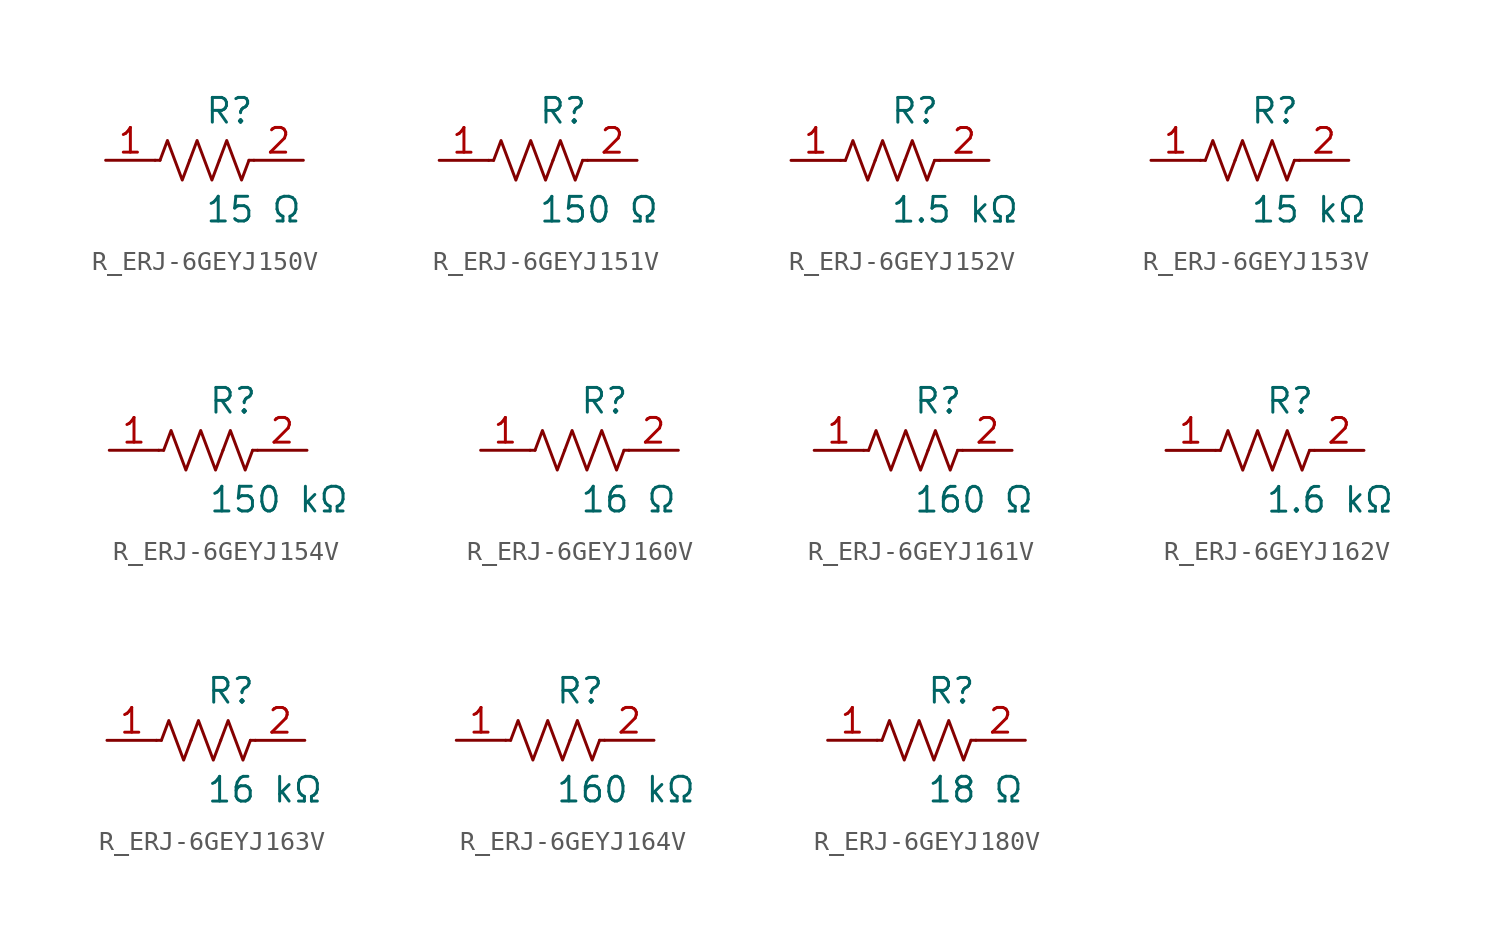
<source format=kicad_sym>
(kicad_symbol_lib
  (version 20231120)
  (generator kicad_symbol_editor)
  (generator_version 8.0)
  (symbol "R_ERJ-6GEYJ150V"
    (pin_names
      (offset 0.254))
    (property "Reference" "R"
      (at 0.0 2.54 0)
      (effects (font (size 1.27 1.27)) (justify left)))
    (property "Value" "15 Ω"
      (at 0.0 -2.54 0)
      (effects (font (size 1.27 1.27)) (justify left)))
    (symbol "R_ERJ-6GEYJ150V_0_1"
      (polyline (pts (xy 2.286 0) (xy 2.54 0)) (stroke (width 0) (type default)) (fill (type none)))
      (polyline (pts (xy -2.286 0) (xy -2.54 0)) (stroke (width 0) (type default)) (fill (type none)))
      (polyline (pts (xy 0.762 0) (xy 1.143 1.016) (xy 1.524 0) (xy 1.905 -1.016) (xy 2.286 0)) (stroke (width 0) (type default)) (fill (type none)))
      (polyline (pts (xy -0.762 0) (xy -0.381 1.016) (xy 0 0) (xy 0.381 -1.016) (xy 0.762 0)) (stroke (width 0) (type default)) (fill (type none)))
      (polyline (pts (xy -2.286 0) (xy -1.905 1.016) (xy -1.524 0) (xy -1.143 -1.016) (xy -0.762 0)) (stroke (width 0) (type default)) (fill (type none))))
    (pin unspecified line
      (at -5.08 0 0)
      (length 2.54)
      (name "" (effects (font (size 1.27 1.27))))
      (number "1" (effects (font (size 1.27 1.27)))))
    (pin unspecified line
      (at 5.08 0 180)
      (length 2.54)
      (name "" (effects (font (size 1.27 1.27))))
      (number "2" (effects (font (size 1.27 1.27))))))
  (symbol "R_ERJ-6GEYJ151V"
    (pin_names
      (offset 0.254))
    (property "Reference" "R"
      (at 0.0 2.54 0)
      (effects (font (size 1.27 1.27)) (justify left)))
    (property "Value" "150 Ω"
      (at 0.0 -2.54 0)
      (effects (font (size 1.27 1.27)) (justify left)))
    (symbol "R_ERJ-6GEYJ151V_0_1"
      (polyline (pts (xy 2.286 0) (xy 2.54 0)) (stroke (width 0) (type default)) (fill (type none)))
      (polyline (pts (xy -2.286 0) (xy -2.54 0)) (stroke (width 0) (type default)) (fill (type none)))
      (polyline (pts (xy 0.762 0) (xy 1.143 1.016) (xy 1.524 0) (xy 1.905 -1.016) (xy 2.286 0)) (stroke (width 0) (type default)) (fill (type none)))
      (polyline (pts (xy -0.762 0) (xy -0.381 1.016) (xy 0 0) (xy 0.381 -1.016) (xy 0.762 0)) (stroke (width 0) (type default)) (fill (type none)))
      (polyline (pts (xy -2.286 0) (xy -1.905 1.016) (xy -1.524 0) (xy -1.143 -1.016) (xy -0.762 0)) (stroke (width 0) (type default)) (fill (type none))))
    (pin unspecified line
      (at -5.08 0 0)
      (length 2.54)
      (name "" (effects (font (size 1.27 1.27))))
      (number "1" (effects (font (size 1.27 1.27)))))
    (pin unspecified line
      (at 5.08 0 180)
      (length 2.54)
      (name "" (effects (font (size 1.27 1.27))))
      (number "2" (effects (font (size 1.27 1.27))))))
  (symbol "R_ERJ-6GEYJ152V"
    (pin_names
      (offset 0.254))
    (property "Reference" "R"
      (at 0.0 2.54 0)
      (effects (font (size 1.27 1.27)) (justify left)))
    (property "Value" "1.5 kΩ"
      (at 0.0 -2.54 0)
      (effects (font (size 1.27 1.27)) (justify left)))
    (symbol "R_ERJ-6GEYJ152V_0_1"
      (polyline (pts (xy 2.286 0) (xy 2.54 0)) (stroke (width 0) (type default)) (fill (type none)))
      (polyline (pts (xy -2.286 0) (xy -2.54 0)) (stroke (width 0) (type default)) (fill (type none)))
      (polyline (pts (xy 0.762 0) (xy 1.143 1.016) (xy 1.524 0) (xy 1.905 -1.016) (xy 2.286 0)) (stroke (width 0) (type default)) (fill (type none)))
      (polyline (pts (xy -0.762 0) (xy -0.381 1.016) (xy 0 0) (xy 0.381 -1.016) (xy 0.762 0)) (stroke (width 0) (type default)) (fill (type none)))
      (polyline (pts (xy -2.286 0) (xy -1.905 1.016) (xy -1.524 0) (xy -1.143 -1.016) (xy -0.762 0)) (stroke (width 0) (type default)) (fill (type none))))
    (pin unspecified line
      (at -5.08 0 0)
      (length 2.54)
      (name "" (effects (font (size 1.27 1.27))))
      (number "1" (effects (font (size 1.27 1.27)))))
    (pin unspecified line
      (at 5.08 0 180)
      (length 2.54)
      (name "" (effects (font (size 1.27 1.27))))
      (number "2" (effects (font (size 1.27 1.27))))))
  (symbol "R_ERJ-6GEYJ153V"
    (pin_names
      (offset 0.254))
    (property "Reference" "R"
      (at 0.0 2.54 0)
      (effects (font (size 1.27 1.27)) (justify left)))
    (property "Value" "15 kΩ"
      (at 0.0 -2.54 0)
      (effects (font (size 1.27 1.27)) (justify left)))
    (symbol "R_ERJ-6GEYJ153V_0_1"
      (polyline (pts (xy 2.286 0) (xy 2.54 0)) (stroke (width 0) (type default)) (fill (type none)))
      (polyline (pts (xy -2.286 0) (xy -2.54 0)) (stroke (width 0) (type default)) (fill (type none)))
      (polyline (pts (xy 0.762 0) (xy 1.143 1.016) (xy 1.524 0) (xy 1.905 -1.016) (xy 2.286 0)) (stroke (width 0) (type default)) (fill (type none)))
      (polyline (pts (xy -0.762 0) (xy -0.381 1.016) (xy 0 0) (xy 0.381 -1.016) (xy 0.762 0)) (stroke (width 0) (type default)) (fill (type none)))
      (polyline (pts (xy -2.286 0) (xy -1.905 1.016) (xy -1.524 0) (xy -1.143 -1.016) (xy -0.762 0)) (stroke (width 0) (type default)) (fill (type none))))
    (pin unspecified line
      (at -5.08 0 0)
      (length 2.54)
      (name "" (effects (font (size 1.27 1.27))))
      (number "1" (effects (font (size 1.27 1.27)))))
    (pin unspecified line
      (at 5.08 0 180)
      (length 2.54)
      (name "" (effects (font (size 1.27 1.27))))
      (number "2" (effects (font (size 1.27 1.27))))))
  (symbol "R_ERJ-6GEYJ154V"
    (pin_names
      (offset 0.254))
    (property "Reference" "R"
      (at 0.0 2.54 0)
      (effects (font (size 1.27 1.27)) (justify left)))
    (property "Value" "150 kΩ"
      (at 0.0 -2.54 0)
      (effects (font (size 1.27 1.27)) (justify left)))
    (symbol "R_ERJ-6GEYJ154V_0_1"
      (polyline (pts (xy 2.286 0) (xy 2.54 0)) (stroke (width 0) (type default)) (fill (type none)))
      (polyline (pts (xy -2.286 0) (xy -2.54 0)) (stroke (width 0) (type default)) (fill (type none)))
      (polyline (pts (xy 0.762 0) (xy 1.143 1.016) (xy 1.524 0) (xy 1.905 -1.016) (xy 2.286 0)) (stroke (width 0) (type default)) (fill (type none)))
      (polyline (pts (xy -0.762 0) (xy -0.381 1.016) (xy 0 0) (xy 0.381 -1.016) (xy 0.762 0)) (stroke (width 0) (type default)) (fill (type none)))
      (polyline (pts (xy -2.286 0) (xy -1.905 1.016) (xy -1.524 0) (xy -1.143 -1.016) (xy -0.762 0)) (stroke (width 0) (type default)) (fill (type none))))
    (pin unspecified line
      (at -5.08 0 0)
      (length 2.54)
      (name "" (effects (font (size 1.27 1.27))))
      (number "1" (effects (font (size 1.27 1.27)))))
    (pin unspecified line
      (at 5.08 0 180)
      (length 2.54)
      (name "" (effects (font (size 1.27 1.27))))
      (number "2" (effects (font (size 1.27 1.27))))))
  (symbol "R_ERJ-6GEYJ160V"
    (pin_names
      (offset 0.254))
    (property "Reference" "R"
      (at 0.0 2.54 0)
      (effects (font (size 1.27 1.27)) (justify left)))
    (property "Value" "16 Ω"
      (at 0.0 -2.54 0)
      (effects (font (size 1.27 1.27)) (justify left)))
    (symbol "R_ERJ-6GEYJ160V_0_1"
      (polyline (pts (xy 2.286 0) (xy 2.54 0)) (stroke (width 0) (type default)) (fill (type none)))
      (polyline (pts (xy -2.286 0) (xy -2.54 0)) (stroke (width 0) (type default)) (fill (type none)))
      (polyline (pts (xy 0.762 0) (xy 1.143 1.016) (xy 1.524 0) (xy 1.905 -1.016) (xy 2.286 0)) (stroke (width 0) (type default)) (fill (type none)))
      (polyline (pts (xy -0.762 0) (xy -0.381 1.016) (xy 0 0) (xy 0.381 -1.016) (xy 0.762 0)) (stroke (width 0) (type default)) (fill (type none)))
      (polyline (pts (xy -2.286 0) (xy -1.905 1.016) (xy -1.524 0) (xy -1.143 -1.016) (xy -0.762 0)) (stroke (width 0) (type default)) (fill (type none))))
    (pin unspecified line
      (at -5.08 0 0)
      (length 2.54)
      (name "" (effects (font (size 1.27 1.27))))
      (number "1" (effects (font (size 1.27 1.27)))))
    (pin unspecified line
      (at 5.08 0 180)
      (length 2.54)
      (name "" (effects (font (size 1.27 1.27))))
      (number "2" (effects (font (size 1.27 1.27))))))
  (symbol "R_ERJ-6GEYJ161V"
    (pin_names
      (offset 0.254))
    (property "Reference" "R"
      (at 0.0 2.54 0)
      (effects (font (size 1.27 1.27)) (justify left)))
    (property "Value" "160 Ω"
      (at 0.0 -2.54 0)
      (effects (font (size 1.27 1.27)) (justify left)))
    (symbol "R_ERJ-6GEYJ161V_0_1"
      (polyline (pts (xy 2.286 0) (xy 2.54 0)) (stroke (width 0) (type default)) (fill (type none)))
      (polyline (pts (xy -2.286 0) (xy -2.54 0)) (stroke (width 0) (type default)) (fill (type none)))
      (polyline (pts (xy 0.762 0) (xy 1.143 1.016) (xy 1.524 0) (xy 1.905 -1.016) (xy 2.286 0)) (stroke (width 0) (type default)) (fill (type none)))
      (polyline (pts (xy -0.762 0) (xy -0.381 1.016) (xy 0 0) (xy 0.381 -1.016) (xy 0.762 0)) (stroke (width 0) (type default)) (fill (type none)))
      (polyline (pts (xy -2.286 0) (xy -1.905 1.016) (xy -1.524 0) (xy -1.143 -1.016) (xy -0.762 0)) (stroke (width 0) (type default)) (fill (type none))))
    (pin unspecified line
      (at -5.08 0 0)
      (length 2.54)
      (name "" (effects (font (size 1.27 1.27))))
      (number "1" (effects (font (size 1.27 1.27)))))
    (pin unspecified line
      (at 5.08 0 180)
      (length 2.54)
      (name "" (effects (font (size 1.27 1.27))))
      (number "2" (effects (font (size 1.27 1.27))))))
  (symbol "R_ERJ-6GEYJ162V"
    (pin_names
      (offset 0.254))
    (property "Reference" "R"
      (at 0.0 2.54 0)
      (effects (font (size 1.27 1.27)) (justify left)))
    (property "Value" "1.6 kΩ"
      (at 0.0 -2.54 0)
      (effects (font (size 1.27 1.27)) (justify left)))
    (symbol "R_ERJ-6GEYJ162V_0_1"
      (polyline (pts (xy 2.286 0) (xy 2.54 0)) (stroke (width 0) (type default)) (fill (type none)))
      (polyline (pts (xy -2.286 0) (xy -2.54 0)) (stroke (width 0) (type default)) (fill (type none)))
      (polyline (pts (xy 0.762 0) (xy 1.143 1.016) (xy 1.524 0) (xy 1.905 -1.016) (xy 2.286 0)) (stroke (width 0) (type default)) (fill (type none)))
      (polyline (pts (xy -0.762 0) (xy -0.381 1.016) (xy 0 0) (xy 0.381 -1.016) (xy 0.762 0)) (stroke (width 0) (type default)) (fill (type none)))
      (polyline (pts (xy -2.286 0) (xy -1.905 1.016) (xy -1.524 0) (xy -1.143 -1.016) (xy -0.762 0)) (stroke (width 0) (type default)) (fill (type none))))
    (pin unspecified line
      (at -5.08 0 0)
      (length 2.54)
      (name "" (effects (font (size 1.27 1.27))))
      (number "1" (effects (font (size 1.27 1.27)))))
    (pin unspecified line
      (at 5.08 0 180)
      (length 2.54)
      (name "" (effects (font (size 1.27 1.27))))
      (number "2" (effects (font (size 1.27 1.27))))))
  (symbol "R_ERJ-6GEYJ163V"
    (pin_names
      (offset 0.254))
    (property "Reference" "R"
      (at 0.0 2.54 0)
      (effects (font (size 1.27 1.27)) (justify left)))
    (property "Value" "16 kΩ"
      (at 0.0 -2.54 0)
      (effects (font (size 1.27 1.27)) (justify left)))
    (symbol "R_ERJ-6GEYJ163V_0_1"
      (polyline (pts (xy 2.286 0) (xy 2.54 0)) (stroke (width 0) (type default)) (fill (type none)))
      (polyline (pts (xy -2.286 0) (xy -2.54 0)) (stroke (width 0) (type default)) (fill (type none)))
      (polyline (pts (xy 0.762 0) (xy 1.143 1.016) (xy 1.524 0) (xy 1.905 -1.016) (xy 2.286 0)) (stroke (width 0) (type default)) (fill (type none)))
      (polyline (pts (xy -0.762 0) (xy -0.381 1.016) (xy 0 0) (xy 0.381 -1.016) (xy 0.762 0)) (stroke (width 0) (type default)) (fill (type none)))
      (polyline (pts (xy -2.286 0) (xy -1.905 1.016) (xy -1.524 0) (xy -1.143 -1.016) (xy -0.762 0)) (stroke (width 0) (type default)) (fill (type none))))
    (pin unspecified line
      (at -5.08 0 0)
      (length 2.54)
      (name "" (effects (font (size 1.27 1.27))))
      (number "1" (effects (font (size 1.27 1.27)))))
    (pin unspecified line
      (at 5.08 0 180)
      (length 2.54)
      (name "" (effects (font (size 1.27 1.27))))
      (number "2" (effects (font (size 1.27 1.27))))))
  (symbol "R_ERJ-6GEYJ164V"
    (pin_names
      (offset 0.254))
    (property "Reference" "R"
      (at 0.0 2.54 0)
      (effects (font (size 1.27 1.27)) (justify left)))
    (property "Value" "160 kΩ"
      (at 0.0 -2.54 0)
      (effects (font (size 1.27 1.27)) (justify left)))
    (symbol "R_ERJ-6GEYJ164V_0_1"
      (polyline (pts (xy 2.286 0) (xy 2.54 0)) (stroke (width 0) (type default)) (fill (type none)))
      (polyline (pts (xy -2.286 0) (xy -2.54 0)) (stroke (width 0) (type default)) (fill (type none)))
      (polyline (pts (xy 0.762 0) (xy 1.143 1.016) (xy 1.524 0) (xy 1.905 -1.016) (xy 2.286 0)) (stroke (width 0) (type default)) (fill (type none)))
      (polyline (pts (xy -0.762 0) (xy -0.381 1.016) (xy 0 0) (xy 0.381 -1.016) (xy 0.762 0)) (stroke (width 0) (type default)) (fill (type none)))
      (polyline (pts (xy -2.286 0) (xy -1.905 1.016) (xy -1.524 0) (xy -1.143 -1.016) (xy -0.762 0)) (stroke (width 0) (type default)) (fill (type none))))
    (pin unspecified line
      (at -5.08 0 0)
      (length 2.54)
      (name "" (effects (font (size 1.27 1.27))))
      (number "1" (effects (font (size 1.27 1.27)))))
    (pin unspecified line
      (at 5.08 0 180)
      (length 2.54)
      (name "" (effects (font (size 1.27 1.27))))
      (number "2" (effects (font (size 1.27 1.27))))))
  (symbol "R_ERJ-6GEYJ180V"
    (pin_names
      (offset 0.254))
    (property "Reference" "R"
      (at 0.0 2.54 0)
      (effects (font (size 1.27 1.27)) (justify left)))
    (property "Value" "18 Ω"
      (at 0.0 -2.54 0)
      (effects (font (size 1.27 1.27)) (justify left)))
    (symbol "R_ERJ-6GEYJ180V_0_1"
      (polyline (pts (xy 2.286 0) (xy 2.54 0)) (stroke (width 0) (type default)) (fill (type none)))
      (polyline (pts (xy -2.286 0) (xy -2.54 0)) (stroke (width 0) (type default)) (fill (type none)))
      (polyline (pts (xy 0.762 0) (xy 1.143 1.016) (xy 1.524 0) (xy 1.905 -1.016) (xy 2.286 0)) (stroke (width 0) (type default)) (fill (type none)))
      (polyline (pts (xy -0.762 0) (xy -0.381 1.016) (xy 0 0) (xy 0.381 -1.016) (xy 0.762 0)) (stroke (width 0) (type default)) (fill (type none)))
      (polyline (pts (xy -2.286 0) (xy -1.905 1.016) (xy -1.524 0) (xy -1.143 -1.016) (xy -0.762 0)) (stroke (width 0) (type default)) (fill (type none))))
    (pin unspecified line
      (at -5.08 0 0)
      (length 2.54)
      (name "" (effects (font (size 1.27 1.27))))
      (number "1" (effects (font (size 1.27 1.27)))))
    (pin unspecified line
      (at 5.08 0 180)
      (length 2.54)
      (name "" (effects (font (size 1.27 1.27))))
      (number "2" (effects (font (size 1.27 1.27)))))))
</source>
